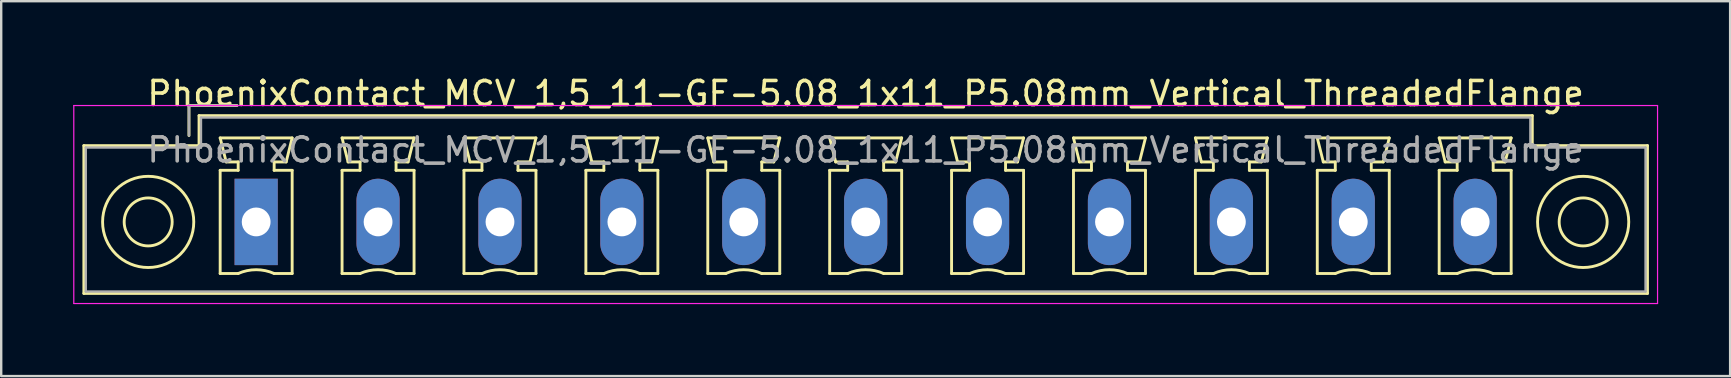
<source format=kicad_pcb>
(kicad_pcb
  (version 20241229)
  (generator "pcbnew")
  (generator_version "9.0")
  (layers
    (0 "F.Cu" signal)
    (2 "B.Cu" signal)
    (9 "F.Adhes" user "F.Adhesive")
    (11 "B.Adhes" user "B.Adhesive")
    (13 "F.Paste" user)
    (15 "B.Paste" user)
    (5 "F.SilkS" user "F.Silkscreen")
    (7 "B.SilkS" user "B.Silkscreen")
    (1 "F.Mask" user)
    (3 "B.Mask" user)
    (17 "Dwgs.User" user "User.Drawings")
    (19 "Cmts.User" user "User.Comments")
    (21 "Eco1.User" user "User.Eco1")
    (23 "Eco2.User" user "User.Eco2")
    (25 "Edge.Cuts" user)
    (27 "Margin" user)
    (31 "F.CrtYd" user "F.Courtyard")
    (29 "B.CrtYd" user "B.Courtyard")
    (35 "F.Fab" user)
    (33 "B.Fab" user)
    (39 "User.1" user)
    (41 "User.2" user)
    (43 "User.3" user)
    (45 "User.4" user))
  (footprint "PhoenixContact_MCV_1,5_11-GF-5.08_1x11_P5.08mm_Vertical_ThreadedFlange"
    (layer "F.Cu")
    (at 7.625 6.198)
    (property "Reference" "PhoenixContact_MCV_1,5_11-GF-5.08_1x11_P5.08mm_Vertical_ThreadedFlange" (at 25.4 -5.35 0) (layer "F.SilkS") (effects (font (size 1 1) (thickness 0.15))))
    (attr through_hole)
    (fp_line (start -7.18 -3.18) (end -7.18 2.98) (stroke (width 0.12) (type solid)) (layer "F.SilkS"))
    (fp_line (start -7.18 2.98) (end 57.98 2.98) (stroke (width 0.12) (type solid)) (layer "F.SilkS"))
    (fp_line (start -2.8 -4.85) (end -0.8 -4.85) (stroke (width 0.12) (type solid)) (layer "F.SilkS"))
    (fp_line (start -2.8 -3.6) (end -2.8 -4.85) (stroke (width 0.12) (type solid)) (layer "F.SilkS"))
    (fp_line (start -2.38 -4.43) (end -2.38 -3.18) (stroke (width 0.12) (type solid)) (layer "F.SilkS"))
    (fp_line (start -2.38 -3.18) (end -7.18 -3.18) (stroke (width 0.12) (type solid)) (layer "F.SilkS"))
    (fp_line (start -1.5 -3.5) (end 1.5 -3.5) (stroke (width 0.12) (type solid)) (layer "F.SilkS"))
    (fp_line (start -1.5 -2.15) (end -0.75 -2.15) (stroke (width 0.12) (type solid)) (layer "F.SilkS"))
    (fp_line (start -1.5 2.15) (end -1.5 -2.15) (stroke (width 0.12) (type solid)) (layer "F.SilkS"))
    (fp_line (start -1.25 -2.5) (end -1.5 -3.5) (stroke (width 0.12) (type solid)) (layer "F.SilkS"))
    (fp_line (start -0.75 -2.5) (end -1.25 -2.5) (stroke (width 0.12) (type solid)) (layer "F.SilkS"))
    (fp_line (start -0.75 -2.15) (end -0.75 -2.5) (stroke (width 0.12) (type solid)) (layer "F.SilkS"))
    (fp_line (start -0.75 2.15) (end -1.5 2.15) (stroke (width 0.12) (type solid)) (layer "F.SilkS"))
    (fp_line (start 0.75 -2.5) (end 0.75 -2.15) (stroke (width 0.12) (type solid)) (layer "F.SilkS"))
    (fp_line (start 0.75 -2.15) (end 1.5 -2.15) (stroke (width 0.12) (type solid)) (layer "F.SilkS"))
    (fp_line (start 1.25 -2.5) (end 0.75 -2.5) (stroke (width 0.12) (type solid)) (layer "F.SilkS"))
    (fp_line (start 1.5 -3.5) (end 1.25 -2.5) (stroke (width 0.12) (type solid)) (layer "F.SilkS"))
    (fp_line (start 1.5 -2.15) (end 1.5 2.15) (stroke (width 0.12) (type solid)) (layer "F.SilkS"))
    (fp_line (start 1.5 2.15) (end 0.75 2.15) (stroke (width 0.12) (type solid)) (layer "F.SilkS"))
    (fp_line (start 3.58 -3.5) (end 6.58 -3.5) (stroke (width 0.12) (type solid)) (layer "F.SilkS"))
    (fp_line (start 3.58 -2.15) (end 4.33 -2.15) (stroke (width 0.12) (type solid)) (layer "F.SilkS"))
    (fp_line (start 3.58 2.15) (end 3.58 -2.15) (stroke (width 0.12) (type solid)) (layer "F.SilkS"))
    (fp_line (start 3.83 -2.5) (end 3.58 -3.5) (stroke (width 0.12) (type solid)) (layer "F.SilkS"))
    (fp_line (start 4.33 -2.5) (end 3.83 -2.5) (stroke (width 0.12) (type solid)) (layer "F.SilkS"))
    (fp_line (start 4.33 -2.15) (end 4.33 -2.5) (stroke (width 0.12) (type solid)) (layer "F.SilkS"))
    (fp_line (start 4.33 2.15) (end 3.58 2.15) (stroke (width 0.12) (type solid)) (layer "F.SilkS"))
    (fp_line (start 5.83 -2.5) (end 5.83 -2.15) (stroke (width 0.12) (type solid)) (layer "F.SilkS"))
    (fp_line (start 5.83 -2.15) (end 6.58 -2.15) (stroke (width 0.12) (type solid)) (layer "F.SilkS"))
    (fp_line (start 6.33 -2.5) (end 5.83 -2.5) (stroke (width 0.12) (type solid)) (layer "F.SilkS"))
    (fp_line (start 6.58 -3.5) (end 6.33 -2.5) (stroke (width 0.12) (type solid)) (layer "F.SilkS"))
    (fp_line (start 6.58 -2.15) (end 6.58 2.15) (stroke (width 0.12) (type solid)) (layer "F.SilkS"))
    (fp_line (start 6.58 2.15) (end 5.83 2.15) (stroke (width 0.12) (type solid)) (layer "F.SilkS"))
    (fp_line (start 8.66 -3.5) (end 11.66 -3.5) (stroke (width 0.12) (type solid)) (layer "F.SilkS"))
    (fp_line (start 8.66 -2.15) (end 9.41 -2.15) (stroke (width 0.12) (type solid)) (layer "F.SilkS"))
    (fp_line (start 8.66 2.15) (end 8.66 -2.15) (stroke (width 0.12) (type solid)) (layer "F.SilkS"))
    (fp_line (start 8.91 -2.5) (end 8.66 -3.5) (stroke (width 0.12) (type solid)) (layer "F.SilkS"))
    (fp_line (start 9.41 -2.5) (end 8.91 -2.5) (stroke (width 0.12) (type solid)) (layer "F.SilkS"))
    (fp_line (start 9.41 -2.15) (end 9.41 -2.5) (stroke (width 0.12) (type solid)) (layer "F.SilkS"))
    (fp_line (start 9.41 2.15) (end 8.66 2.15) (stroke (width 0.12) (type solid)) (layer "F.SilkS"))
    (fp_line (start 10.91 -2.5) (end 10.91 -2.15) (stroke (width 0.12) (type solid)) (layer "F.SilkS"))
    (fp_line (start 10.91 -2.15) (end 11.66 -2.15) (stroke (width 0.12) (type solid)) (layer "F.SilkS"))
    (fp_line (start 11.41 -2.5) (end 10.91 -2.5) (stroke (width 0.12) (type solid)) (layer "F.SilkS"))
    (fp_line (start 11.66 -3.5) (end 11.41 -2.5) (stroke (width 0.12) (type solid)) (layer "F.SilkS"))
    (fp_line (start 11.66 -2.15) (end 11.66 2.15) (stroke (width 0.12) (type solid)) (layer "F.SilkS"))
    (fp_line (start 11.66 2.15) (end 10.91 2.15) (stroke (width 0.12) (type solid)) (layer "F.SilkS"))
    (fp_line (start 13.74 -3.5) (end 16.74 -3.5) (stroke (width 0.12) (type solid)) (layer "F.SilkS"))
    (fp_line (start 13.74 -2.15) (end 14.49 -2.15) (stroke (width 0.12) (type solid)) (layer "F.SilkS"))
    (fp_line (start 13.74 2.15) (end 13.74 -2.15) (stroke (width 0.12) (type solid)) (layer "F.SilkS"))
    (fp_line (start 13.99 -2.5) (end 13.74 -3.5) (stroke (width 0.12) (type solid)) (layer "F.SilkS"))
    (fp_line (start 14.49 -2.5) (end 13.99 -2.5) (stroke (width 0.12) (type solid)) (layer "F.SilkS"))
    (fp_line (start 14.49 -2.15) (end 14.49 -2.5) (stroke (width 0.12) (type solid)) (layer "F.SilkS"))
    (fp_line (start 14.49 2.15) (end 13.74 2.15) (stroke (width 0.12) (type solid)) (layer "F.SilkS"))
    (fp_line (start 15.99 -2.5) (end 15.99 -2.15) (stroke (width 0.12) (type solid)) (layer "F.SilkS"))
    (fp_line (start 15.99 -2.15) (end 16.74 -2.15) (stroke (width 0.12) (type solid)) (layer "F.SilkS"))
    (fp_line (start 16.49 -2.5) (end 15.99 -2.5) (stroke (width 0.12) (type solid)) (layer "F.SilkS"))
    (fp_line (start 16.74 -3.5) (end 16.49 -2.5) (stroke (width 0.12) (type solid)) (layer "F.SilkS"))
    (fp_line (start 16.74 -2.15) (end 16.74 2.15) (stroke (width 0.12) (type solid)) (layer "F.SilkS"))
    (fp_line (start 16.74 2.15) (end 15.99 2.15) (stroke (width 0.12) (type solid)) (layer "F.SilkS"))
    (fp_line (start 18.82 -3.5) (end 21.82 -3.5) (stroke (width 0.12) (type solid)) (layer "F.SilkS"))
    (fp_line (start 18.82 -2.15) (end 19.57 -2.15) (stroke (width 0.12) (type solid)) (layer "F.SilkS"))
    (fp_line (start 18.82 2.15) (end 18.82 -2.15) (stroke (width 0.12) (type solid)) (layer "F.SilkS"))
    (fp_line (start 19.07 -2.5) (end 18.82 -3.5) (stroke (width 0.12) (type solid)) (layer "F.SilkS"))
    (fp_line (start 19.57 -2.5) (end 19.07 -2.5) (stroke (width 0.12) (type solid)) (layer "F.SilkS"))
    (fp_line (start 19.57 -2.15) (end 19.57 -2.5) (stroke (width 0.12) (type solid)) (layer "F.SilkS"))
    (fp_line (start 19.57 2.15) (end 18.82 2.15) (stroke (width 0.12) (type solid)) (layer "F.SilkS"))
    (fp_line (start 21.07 -2.5) (end 21.07 -2.15) (stroke (width 0.12) (type solid)) (layer "F.SilkS"))
    (fp_line (start 21.07 -2.15) (end 21.82 -2.15) (stroke (width 0.12) (type solid)) (layer "F.SilkS"))
    (fp_line (start 21.57 -2.5) (end 21.07 -2.5) (stroke (width 0.12) (type solid)) (layer "F.SilkS"))
    (fp_line (start 21.82 -3.5) (end 21.57 -2.5) (stroke (width 0.12) (type solid)) (layer "F.SilkS"))
    (fp_line (start 21.82 -2.15) (end 21.82 2.15) (stroke (width 0.12) (type solid)) (layer "F.SilkS"))
    (fp_line (start 21.82 2.15) (end 21.07 2.15) (stroke (width 0.12) (type solid)) (layer "F.SilkS"))
    (fp_line (start 23.9 -3.5) (end 26.9 -3.5) (stroke (width 0.12) (type solid)) (layer "F.SilkS"))
    (fp_line (start 23.9 -2.15) (end 24.65 -2.15) (stroke (width 0.12) (type solid)) (layer "F.SilkS"))
    (fp_line (start 23.9 2.15) (end 23.9 -2.15) (stroke (width 0.12) (type solid)) (layer "F.SilkS"))
    (fp_line (start 24.15 -2.5) (end 23.9 -3.5) (stroke (width 0.12) (type solid)) (layer "F.SilkS"))
    (fp_line (start 24.65 -2.5) (end 24.15 -2.5) (stroke (width 0.12) (type solid)) (layer "F.SilkS"))
    (fp_line (start 24.65 -2.15) (end 24.65 -2.5) (stroke (width 0.12) (type solid)) (layer "F.SilkS"))
    (fp_line (start 24.65 2.15) (end 23.9 2.15) (stroke (width 0.12) (type solid)) (layer "F.SilkS"))
    (fp_line (start 26.15 -2.5) (end 26.15 -2.15) (stroke (width 0.12) (type solid)) (layer "F.SilkS"))
    (fp_line (start 26.15 -2.15) (end 26.9 -2.15) (stroke (width 0.12) (type solid)) (layer "F.SilkS"))
    (fp_line (start 26.65 -2.5) (end 26.15 -2.5) (stroke (width 0.12) (type solid)) (layer "F.SilkS"))
    (fp_line (start 26.9 -3.5) (end 26.65 -2.5) (stroke (width 0.12) (type solid)) (layer "F.SilkS"))
    (fp_line (start 26.9 -2.15) (end 26.9 2.15) (stroke (width 0.12) (type solid)) (layer "F.SilkS"))
    (fp_line (start 26.9 2.15) (end 26.15 2.15) (stroke (width 0.12) (type solid)) (layer "F.SilkS"))
    (fp_line (start 28.98 -3.5) (end 31.98 -3.5) (stroke (width 0.12) (type solid)) (layer "F.SilkS"))
    (fp_line (start 28.98 -2.15) (end 29.73 -2.15) (stroke (width 0.12) (type solid)) (layer "F.SilkS"))
    (fp_line (start 28.98 2.15) (end 28.98 -2.15) (stroke (width 0.12) (type solid)) (layer "F.SilkS"))
    (fp_line (start 29.23 -2.5) (end 28.98 -3.5) (stroke (width 0.12) (type solid)) (layer "F.SilkS"))
    (fp_line (start 29.73 -2.5) (end 29.23 -2.5) (stroke (width 0.12) (type solid)) (layer "F.SilkS"))
    (fp_line (start 29.73 -2.15) (end 29.73 -2.5) (stroke (width 0.12) (type solid)) (layer "F.SilkS"))
    (fp_line (start 29.73 2.15) (end 28.98 2.15) (stroke (width 0.12) (type solid)) (layer "F.SilkS"))
    (fp_line (start 31.23 -2.5) (end 31.23 -2.15) (stroke (width 0.12) (type solid)) (layer "F.SilkS"))
    (fp_line (start 31.23 -2.15) (end 31.98 -2.15) (stroke (width 0.12) (type solid)) (layer "F.SilkS"))
    (fp_line (start 31.73 -2.5) (end 31.23 -2.5) (stroke (width 0.12) (type solid)) (layer "F.SilkS"))
    (fp_line (start 31.98 -3.5) (end 31.73 -2.5) (stroke (width 0.12) (type solid)) (layer "F.SilkS"))
    (fp_line (start 31.98 -2.15) (end 31.98 2.15) (stroke (width 0.12) (type solid)) (layer "F.SilkS"))
    (fp_line (start 31.98 2.15) (end 31.23 2.15) (stroke (width 0.12) (type solid)) (layer "F.SilkS"))
    (fp_line (start 34.06 -3.5) (end 37.06 -3.5) (stroke (width 0.12) (type solid)) (layer "F.SilkS"))
    (fp_line (start 34.06 -2.15) (end 34.81 -2.15) (stroke (width 0.12) (type solid)) (layer "F.SilkS"))
    (fp_line (start 34.06 2.15) (end 34.06 -2.15) (stroke (width 0.12) (type solid)) (layer "F.SilkS"))
    (fp_line (start 34.31 -2.5) (end 34.06 -3.5) (stroke (width 0.12) (type solid)) (layer "F.SilkS"))
    (fp_line (start 34.81 -2.5) (end 34.31 -2.5) (stroke (width 0.12) (type solid)) (layer "F.SilkS"))
    (fp_line (start 34.81 -2.15) (end 34.81 -2.5) (stroke (width 0.12) (type solid)) (layer "F.SilkS"))
    (fp_line (start 34.81 2.15) (end 34.06 2.15) (stroke (width 0.12) (type solid)) (layer "F.SilkS"))
    (fp_line (start 36.31 -2.5) (end 36.31 -2.15) (stroke (width 0.12) (type solid)) (layer "F.SilkS"))
    (fp_line (start 36.31 -2.15) (end 37.06 -2.15) (stroke (width 0.12) (type solid)) (layer "F.SilkS"))
    (fp_line (start 36.81 -2.5) (end 36.31 -2.5) (stroke (width 0.12) (type solid)) (layer "F.SilkS"))
    (fp_line (start 37.06 -3.5) (end 36.81 -2.5) (stroke (width 0.12) (type solid)) (layer "F.SilkS"))
    (fp_line (start 37.06 -2.15) (end 37.06 2.15) (stroke (width 0.12) (type solid)) (layer "F.SilkS"))
    (fp_line (start 37.06 2.15) (end 36.31 2.15) (stroke (width 0.12) (type solid)) (layer "F.SilkS"))
    (fp_line (start 39.14 -3.5) (end 42.14 -3.5) (stroke (width 0.12) (type solid)) (layer "F.SilkS"))
    (fp_line (start 39.14 -2.15) (end 39.89 -2.15) (stroke (width 0.12) (type solid)) (layer "F.SilkS"))
    (fp_line (start 39.14 2.15) (end 39.14 -2.15) (stroke (width 0.12) (type solid)) (layer "F.SilkS"))
    (fp_line (start 39.39 -2.5) (end 39.14 -3.5) (stroke (width 0.12) (type solid)) (layer "F.SilkS"))
    (fp_line (start 39.89 -2.5) (end 39.39 -2.5) (stroke (width 0.12) (type solid)) (layer "F.SilkS"))
    (fp_line (start 39.89 -2.15) (end 39.89 -2.5) (stroke (width 0.12) (type solid)) (layer "F.SilkS"))
    (fp_line (start 39.89 2.15) (end 39.14 2.15) (stroke (width 0.12) (type solid)) (layer "F.SilkS"))
    (fp_line (start 41.39 -2.5) (end 41.39 -2.15) (stroke (width 0.12) (type solid)) (layer "F.SilkS"))
    (fp_line (start 41.39 -2.15) (end 42.14 -2.15) (stroke (width 0.12) (type solid)) (layer "F.SilkS"))
    (fp_line (start 41.89 -2.5) (end 41.39 -2.5) (stroke (width 0.12) (type solid)) (layer "F.SilkS"))
    (fp_line (start 42.14 -3.5) (end 41.89 -2.5) (stroke (width 0.12) (type solid)) (layer "F.SilkS"))
    (fp_line (start 42.14 -2.15) (end 42.14 2.15) (stroke (width 0.12) (type solid)) (layer "F.SilkS"))
    (fp_line (start 42.14 2.15) (end 41.39 2.15) (stroke (width 0.12) (type solid)) (layer "F.SilkS"))
    (fp_line (start 44.22 -3.5) (end 47.22 -3.5) (stroke (width 0.12) (type solid)) (layer "F.SilkS"))
    (fp_line (start 44.22 -2.15) (end 44.97 -2.15) (stroke (width 0.12) (type solid)) (layer "F.SilkS"))
    (fp_line (start 44.22 2.15) (end 44.22 -2.15) (stroke (width 0.12) (type solid)) (layer "F.SilkS"))
    (fp_line (start 44.47 -2.5) (end 44.22 -3.5) (stroke (width 0.12) (type solid)) (layer "F.SilkS"))
    (fp_line (start 44.97 -2.5) (end 44.47 -2.5) (stroke (width 0.12) (type solid)) (layer "F.SilkS"))
    (fp_line (start 44.97 -2.15) (end 44.97 -2.5) (stroke (width 0.12) (type solid)) (layer "F.SilkS"))
    (fp_line (start 44.97 2.15) (end 44.22 2.15) (stroke (width 0.12) (type solid)) (layer "F.SilkS"))
    (fp_line (start 46.47 -2.5) (end 46.47 -2.15) (stroke (width 0.12) (type solid)) (layer "F.SilkS"))
    (fp_line (start 46.47 -2.15) (end 47.22 -2.15) (stroke (width 0.12) (type solid)) (layer "F.SilkS"))
    (fp_line (start 46.97 -2.5) (end 46.47 -2.5) (stroke (width 0.12) (type solid)) (layer "F.SilkS"))
    (fp_line (start 47.22 -3.5) (end 46.97 -2.5) (stroke (width 0.12) (type solid)) (layer "F.SilkS"))
    (fp_line (start 47.22 -2.15) (end 47.22 2.15) (stroke (width 0.12) (type solid)) (layer "F.SilkS"))
    (fp_line (start 47.22 2.15) (end 46.47 2.15) (stroke (width 0.12) (type solid)) (layer "F.SilkS"))
    (fp_line (start 49.3 -3.5) (end 52.3 -3.5) (stroke (width 0.12) (type solid)) (layer "F.SilkS"))
    (fp_line (start 49.3 -2.15) (end 50.05 -2.15) (stroke (width 0.12) (type solid)) (layer "F.SilkS"))
    (fp_line (start 49.3 2.15) (end 49.3 -2.15) (stroke (width 0.12) (type solid)) (layer "F.SilkS"))
    (fp_line (start 49.55 -2.5) (end 49.3 -3.5) (stroke (width 0.12) (type solid)) (layer "F.SilkS"))
    (fp_line (start 50.05 -2.5) (end 49.55 -2.5) (stroke (width 0.12) (type solid)) (layer "F.SilkS"))
    (fp_line (start 50.05 -2.15) (end 50.05 -2.5) (stroke (width 0.12) (type solid)) (layer "F.SilkS"))
    (fp_line (start 50.05 2.15) (end 49.3 2.15) (stroke (width 0.12) (type solid)) (layer "F.SilkS"))
    (fp_line (start 51.55 -2.5) (end 51.55 -2.15) (stroke (width 0.12) (type solid)) (layer "F.SilkS"))
    (fp_line (start 51.55 -2.15) (end 52.3 -2.15) (stroke (width 0.12) (type solid)) (layer "F.SilkS"))
    (fp_line (start 52.05 -2.5) (end 51.55 -2.5) (stroke (width 0.12) (type solid)) (layer "F.SilkS"))
    (fp_line (start 52.3 -3.5) (end 52.05 -2.5) (stroke (width 0.12) (type solid)) (layer "F.SilkS"))
    (fp_line (start 52.3 -2.15) (end 52.3 2.15) (stroke (width 0.12) (type solid)) (layer "F.SilkS"))
    (fp_line (start 52.3 2.15) (end 51.55 2.15) (stroke (width 0.12) (type solid)) (layer "F.SilkS"))
    (fp_line (start 53.18 -4.43) (end -2.38 -4.43) (stroke (width 0.12) (type solid)) (layer "F.SilkS"))
    (fp_line (start 53.18 -3.18) (end 53.18 -4.43) (stroke (width 0.12) (type solid)) (layer "F.SilkS"))
    (fp_line (start 57.98 -3.18) (end 53.18 -3.18) (stroke (width 0.12) (type solid)) (layer "F.SilkS"))
    (fp_line (start 57.98 2.98) (end 57.98 -3.18) (stroke (width 0.12) (type solid)) (layer "F.SilkS"))
    (fp_arc (start -0.75 2.15) (mid -0.000193 1.99191) (end 0.749647 2.149844) (stroke (width 0.12) (type solid)) (layer "F.SilkS"))
    (fp_arc (start 4.33 2.15) (mid 5.079807 1.99191) (end 5.829647 2.149844) (stroke (width 0.12) (type solid)) (layer "F.SilkS"))
    (fp_arc (start 9.41 2.15) (mid 10.159807 1.99191) (end 10.909647 2.149844) (stroke (width 0.12) (type solid)) (layer "F.SilkS"))
    (fp_arc (start 14.49 2.15) (mid 15.239807 1.99191) (end 15.989647 2.149844) (stroke (width 0.12) (type solid)) (layer "F.SilkS"))
    (fp_arc (start 19.57 2.15) (mid 20.319807 1.99191) (end 21.069647 2.149844) (stroke (width 0.12) (type solid)) (layer "F.SilkS"))
    (fp_arc (start 24.65 2.15) (mid 25.399807 1.99191) (end 26.149647 2.149844) (stroke (width 0.12) (type solid)) (layer "F.SilkS"))
    (fp_arc (start 29.73 2.15) (mid 30.479807 1.99191) (end 31.229647 2.149844) (stroke (width 0.12) (type solid)) (layer "F.SilkS"))
    (fp_arc (start 34.81 2.15) (mid 35.559807 1.99191) (end 36.309647 2.149844) (stroke (width 0.12) (type solid)) (layer "F.SilkS"))
    (fp_arc (start 39.89 2.15) (mid 40.639807 1.99191) (end 41.389647 2.149844) (stroke (width 0.12) (type solid)) (layer "F.SilkS"))
    (fp_arc (start 44.97 2.15) (mid 45.719807 1.99191) (end 46.469647 2.149844) (stroke (width 0.12) (type solid)) (layer "F.SilkS"))
    (fp_arc (start 50.05 2.15) (mid 50.799807 1.99191) (end 51.549647 2.149844) (stroke (width 0.12) (type solid)) (layer "F.SilkS"))
    (fp_circle (center -4.5 0) (end -3.5 0) (stroke (width 0.12) (type solid)) (fill no) (layer "F.SilkS"))
    (fp_circle (center -4.5 0) (end -2.6 0) (stroke (width 0.12) (type solid)) (fill no) (layer "F.SilkS"))
    (fp_circle (center 55.3 0) (end 56.3 0) (stroke (width 0.12) (type solid)) (fill no) (layer "F.SilkS"))
    (fp_circle (center 55.3 0) (end 57.2 0) (stroke (width 0.12) (type solid)) (fill no) (layer "F.SilkS"))
    (fp_line (start -7.6 -4.85) (end -7.6 3.4) (stroke (width 0.05) (type solid)) (layer "F.CrtYd"))
    (fp_line (start -7.6 3.4) (end 58.4 3.4) (stroke (width 0.05) (type solid)) (layer "F.CrtYd"))
    (fp_line (start 58.4 -4.85) (end -7.6 -4.85) (stroke (width 0.05) (type solid)) (layer "F.CrtYd"))
    (fp_line (start 58.4 3.4) (end 58.4 -4.85) (stroke (width 0.05) (type solid)) (layer "F.CrtYd"))
    (fp_line (start -7.1 -3.1) (end -7.1 2.9) (stroke (width 0.1) (type solid)) (layer "F.Fab"))
    (fp_line (start -7.1 2.9) (end 57.9 2.9) (stroke (width 0.1) (type solid)) (layer "F.Fab"))
    (fp_line (start -2.8 -4.85) (end -0.8 -4.85) (stroke (width 0.1) (type solid)) (layer "F.Fab"))
    (fp_line (start -2.8 -3.6) (end -2.8 -4.85) (stroke (width 0.1) (type solid)) (layer "F.Fab"))
    (fp_line (start -2.3 -4.35) (end -2.3 -3.1) (stroke (width 0.1) (type solid)) (layer "F.Fab"))
    (fp_line (start -2.3 -3.1) (end -7.1 -3.1) (stroke (width 0.1) (type solid)) (layer "F.Fab"))
    (fp_line (start 53.1 -4.35) (end -2.3 -4.35) (stroke (width 0.1) (type solid)) (layer "F.Fab"))
    (fp_line (start 53.1 -3.1) (end 53.1 -4.35) (stroke (width 0.1) (type solid)) (layer "F.Fab"))
    (fp_line (start 57.9 -3.1) (end 53.1 -3.1) (stroke (width 0.1) (type solid)) (layer "F.Fab"))
    (fp_line (start 57.9 2.9) (end 57.9 -3.1) (stroke (width 0.1) (type solid)) (layer "F.Fab"))
    (fp_text user "${REFERENCE}" (at 25.4 -3 0) (layer "F.Fab") (effects (font (size 1 1) (thickness 0.15))))
    (pad "1" thru_hole rect (at 0 0) (size 1.8 3.6) (drill 1.2) (layers "*.Cu" "*.Mask"))
    (pad "2" thru_hole oval (at 5.08 0) (size 1.8 3.6) (drill 1.2) (layers "*.Cu" "*.Mask"))
    (pad "3" thru_hole oval (at 10.16 0) (size 1.8 3.6) (drill 1.2) (layers "*.Cu" "*.Mask"))
    (pad "4" thru_hole oval (at 15.24 0) (size 1.8 3.6) (drill 1.2) (layers "*.Cu" "*.Mask"))
    (pad "5" thru_hole oval (at 20.32 0) (size 1.8 3.6) (drill 1.2) (layers "*.Cu" "*.Mask"))
    (pad "6" thru_hole oval (at 25.4 0) (size 1.8 3.6) (drill 1.2) (layers "*.Cu" "*.Mask"))
    (pad "7" thru_hole oval (at 30.48 0) (size 1.8 3.6) (drill 1.2) (layers "*.Cu" "*.Mask"))
    (pad "8" thru_hole oval (at 35.56 0) (size 1.8 3.6) (drill 1.2) (layers "*.Cu" "*.Mask"))
    (pad "9" thru_hole oval (at 40.64 0) (size 1.8 3.6) (drill 1.2) (layers "*.Cu" "*.Mask"))
    (pad "10" thru_hole oval (at 45.72 0) (size 1.8 3.6) (drill 1.2) (layers "*.Cu" "*.Mask"))
    (pad "11" thru_hole oval (at 50.8 0) (size 1.8 3.6) (drill 1.2) (layers "*.Cu" "*.Mask")))
  (gr_rect
    (start -3 -3)
    (end 69.05 12.623)
    (stroke (width 0.1) (type default))
    (fill no)
    (layer "Edge.Cuts")))
</source>
